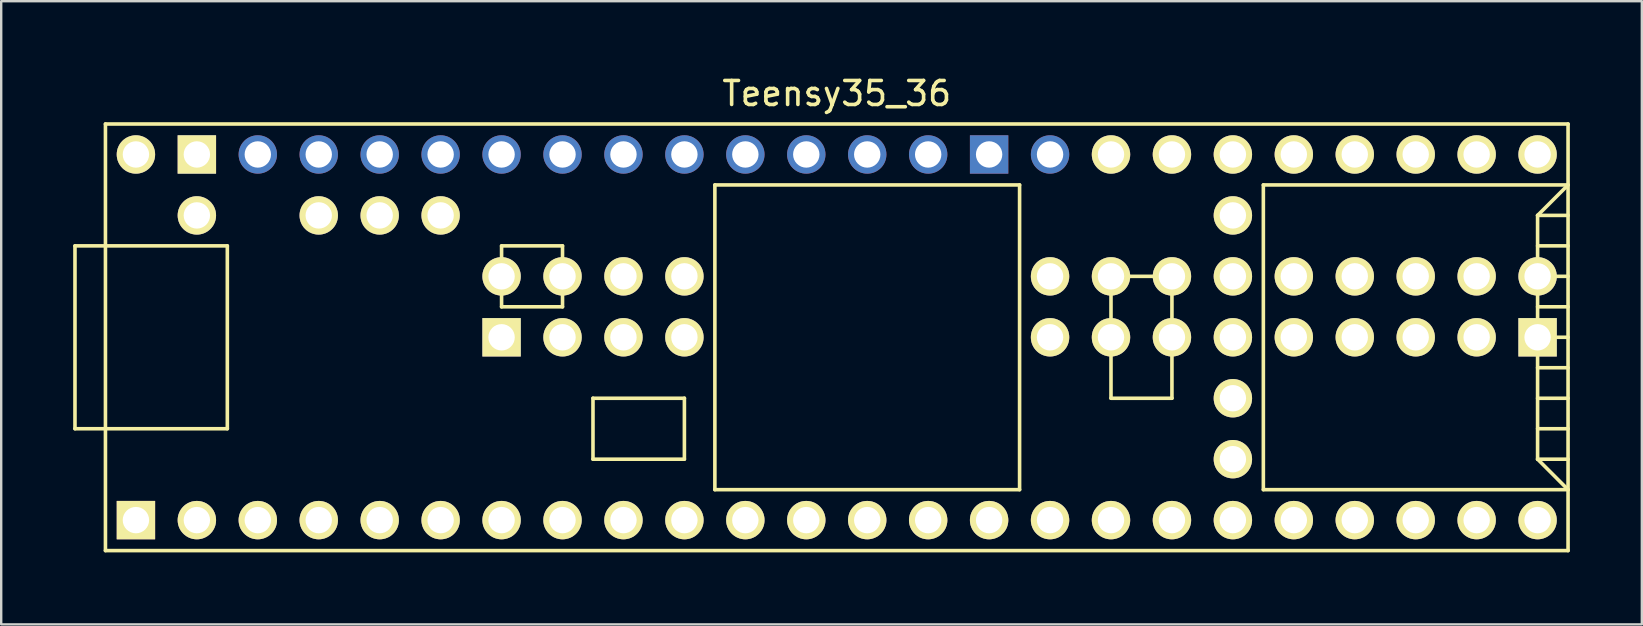
<source format=kicad_pcb>
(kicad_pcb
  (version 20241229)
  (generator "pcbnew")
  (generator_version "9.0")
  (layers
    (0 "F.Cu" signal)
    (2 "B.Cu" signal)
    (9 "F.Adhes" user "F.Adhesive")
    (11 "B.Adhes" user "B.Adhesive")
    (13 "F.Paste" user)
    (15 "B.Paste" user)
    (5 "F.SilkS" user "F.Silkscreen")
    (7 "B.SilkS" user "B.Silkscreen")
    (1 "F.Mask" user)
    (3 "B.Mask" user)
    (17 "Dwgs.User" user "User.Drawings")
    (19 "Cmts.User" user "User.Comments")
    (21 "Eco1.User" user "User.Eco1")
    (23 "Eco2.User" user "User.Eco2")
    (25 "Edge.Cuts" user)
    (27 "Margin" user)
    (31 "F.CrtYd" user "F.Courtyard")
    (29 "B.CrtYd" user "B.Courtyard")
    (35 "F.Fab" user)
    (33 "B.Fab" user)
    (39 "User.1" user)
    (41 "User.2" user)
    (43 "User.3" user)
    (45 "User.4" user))
  (footprint "Teensy35_36"
    (layer "F.Cu")
    (at 31.825 11.008)
    (property "Reference" "Teensy35_36" (at 0 -10.16 0) (layer "F.SilkS") (effects (font (size 1 1) (thickness 0.15))))
    (attr through_hole)
    (fp_line (start -31.75 -3.81) (end -30.48 -3.81) (stroke (width 0.15) (type solid)) (layer "F.SilkS"))
    (fp_line (start -31.75 3.81) (end -31.75 -3.81) (stroke (width 0.15) (type solid)) (layer "F.SilkS"))
    (fp_line (start -30.48 3.81) (end -31.75 3.81) (stroke (width 0.15) (type solid)) (layer "F.SilkS"))
    (fp_line (start -30.48 8.89) (end -30.48 -8.89) (stroke (width 0.15) (type solid)) (layer "F.SilkS"))
    (fp_line (start -30.48 8.89) (end 30.48 8.89) (stroke (width 0.15) (type solid)) (layer "F.SilkS"))
    (fp_line (start -25.4 -3.81) (end -30.48 -3.81) (stroke (width 0.15) (type solid)) (layer "F.SilkS"))
    (fp_line (start -25.4 3.81) (end -30.48 3.81) (stroke (width 0.15) (type solid)) (layer "F.SilkS"))
    (fp_line (start -25.4 3.81) (end -25.4 -3.81) (stroke (width 0.15) (type solid)) (layer "F.SilkS"))
    (fp_line (start -13.97 -3.81) (end -13.97 -1.27) (stroke (width 0.15) (type solid)) (layer "F.SilkS"))
    (fp_line (start -13.97 -1.27) (end -11.43 -1.27) (stroke (width 0.15) (type solid)) (layer "F.SilkS"))
    (fp_line (start -11.43 -3.81) (end -13.97 -3.81) (stroke (width 0.15) (type solid)) (layer "F.SilkS"))
    (fp_line (start -11.43 -1.27) (end -11.43 -3.81) (stroke (width 0.15) (type solid)) (layer "F.SilkS"))
    (fp_line (start -10.16 2.54) (end -6.35 2.54) (stroke (width 0.15) (type solid)) (layer "F.SilkS"))
    (fp_line (start -10.16 5.08) (end -10.16 2.54) (stroke (width 0.15) (type solid)) (layer "F.SilkS"))
    (fp_line (start -6.35 2.54) (end -6.35 5.08) (stroke (width 0.15) (type solid)) (layer "F.SilkS"))
    (fp_line (start -6.35 5.08) (end -10.16 5.08) (stroke (width 0.15) (type solid)) (layer "F.SilkS"))
    (fp_line (start -5.08 -6.35) (end -5.08 6.35) (stroke (width 0.15) (type solid)) (layer "F.SilkS"))
    (fp_line (start -5.08 -6.35) (end 7.62 -6.35) (stroke (width 0.15) (type solid)) (layer "F.SilkS"))
    (fp_line (start -5.08 6.35) (end 7.62 6.35) (stroke (width 0.15) (type solid)) (layer "F.SilkS"))
    (fp_line (start 7.62 6.35) (end 7.62 -6.35) (stroke (width 0.15) (type solid)) (layer "F.SilkS"))
    (fp_line (start 11.43 -2.54) (end 13.97 -2.54) (stroke (width 0.15) (type solid)) (layer "F.SilkS"))
    (fp_line (start 11.43 2.54) (end 11.43 -2.54) (stroke (width 0.15) (type solid)) (layer "F.SilkS"))
    (fp_line (start 13.97 -2.54) (end 13.97 2.54) (stroke (width 0.15) (type solid)) (layer "F.SilkS"))
    (fp_line (start 13.97 2.54) (end 11.43 2.54) (stroke (width 0.15) (type solid)) (layer "F.SilkS"))
    (fp_line (start 17.78 -6.35) (end 17.78 6.35) (stroke (width 0.15) (type solid)) (layer "F.SilkS"))
    (fp_line (start 17.78 6.35) (end 30.48 6.35) (stroke (width 0.15) (type solid)) (layer "F.SilkS"))
    (fp_line (start 29.21 -5.08) (end 30.48 -6.35) (stroke (width 0.15) (type solid)) (layer "F.SilkS"))
    (fp_line (start 29.21 -5.08) (end 30.48 -5.08) (stroke (width 0.15) (type solid)) (layer "F.SilkS"))
    (fp_line (start 29.21 -3.81) (end 30.48 -3.81) (stroke (width 0.15) (type solid)) (layer "F.SilkS"))
    (fp_line (start 29.21 -2.54) (end 30.48 -2.54) (stroke (width 0.15) (type solid)) (layer "F.SilkS"))
    (fp_line (start 29.21 -1.27) (end 30.48 -1.27) (stroke (width 0.15) (type solid)) (layer "F.SilkS"))
    (fp_line (start 29.21 0) (end 30.48 0) (stroke (width 0.15) (type solid)) (layer "F.SilkS"))
    (fp_line (start 29.21 1.27) (end 30.48 1.27) (stroke (width 0.15) (type solid)) (layer "F.SilkS"))
    (fp_line (start 29.21 2.54) (end 30.48 2.54) (stroke (width 0.15) (type solid)) (layer "F.SilkS"))
    (fp_line (start 29.21 3.81) (end 30.48 3.81) (stroke (width 0.15) (type solid)) (layer "F.SilkS"))
    (fp_line (start 29.21 5.08) (end 29.21 -5.08) (stroke (width 0.15) (type solid)) (layer "F.SilkS"))
    (fp_line (start 29.21 5.08) (end 30.48 5.08) (stroke (width 0.15) (type solid)) (layer "F.SilkS"))
    (fp_line (start 30.48 -8.89) (end -30.48 -8.89) (stroke (width 0.15) (type solid)) (layer "F.SilkS"))
    (fp_line (start 30.48 -8.89) (end 30.48 8.89) (stroke (width 0.15) (type solid)) (layer "F.SilkS"))
    (fp_line (start 30.48 -6.35) (end 17.78 -6.35) (stroke (width 0.15) (type solid)) (layer "F.SilkS"))
    (fp_line (start 30.48 6.35) (end 29.21 5.08) (stroke (width 0.15) (type solid)) (layer "F.SilkS"))
    (pad "1" thru_hole rect (at -29.21 7.62) (size 1.6 1.6) (drill 1.1) (layers "*.Cu" "*.Mask" "F.SilkS"))
    (pad "2" thru_hole circle (at -26.67 7.62) (size 1.6 1.6) (drill 1.1) (layers "*.Cu" "*.Mask" "F.SilkS"))
    (pad "3" thru_hole circle (at -24.13 7.62) (size 1.6 1.6) (drill 1.1) (layers "*.Cu" "*.Mask" "F.SilkS"))
    (pad "4" thru_hole circle (at -21.59 7.62) (size 1.6 1.6) (drill 1.1) (layers "*.Cu" "*.Mask" "F.SilkS"))
    (pad "5" thru_hole circle (at -19.05 7.62) (size 1.6 1.6) (drill 1.1) (layers "*.Cu" "*.Mask" "F.SilkS"))
    (pad "6" thru_hole circle (at -16.51 7.62) (size 1.6 1.6) (drill 1.1) (layers "*.Cu" "*.Mask" "F.SilkS"))
    (pad "7" thru_hole circle (at -13.97 7.62) (size 1.6 1.6) (drill 1.1) (layers "*.Cu" "*.Mask" "F.SilkS"))
    (pad "8" thru_hole circle (at -11.43 7.62) (size 1.6 1.6) (drill 1.1) (layers "*.Cu" "*.Mask" "F.SilkS"))
    (pad "9" thru_hole circle (at -8.89 7.62) (size 1.6 1.6) (drill 1.1) (layers "*.Cu" "*.Mask" "F.SilkS"))
    (pad "10" thru_hole circle (at -6.35 7.62) (size 1.6 1.6) (drill 1.1) (layers "*.Cu" "*.Mask" "F.SilkS"))
    (pad "11" thru_hole circle (at -3.81 7.62) (size 1.6 1.6) (drill 1.1) (layers "*.Cu" "*.Mask" "F.SilkS"))
    (pad "12" thru_hole circle (at -1.27 7.62) (size 1.6 1.6) (drill 1.1) (layers "*.Cu" "*.Mask" "F.SilkS"))
    (pad "13" thru_hole circle (at 1.27 7.62) (size 1.6 1.6) (drill 1.1) (layers "*.Cu" "*.Mask" "F.SilkS"))
    (pad "14" thru_hole circle (at 3.81 7.62) (size 1.6 1.6) (drill 1.1) (layers "*.Cu" "*.Mask" "F.SilkS"))
    (pad "15" thru_hole circle (at 6.35 7.62) (size 1.6 1.6) (drill 1.1) (layers "*.Cu" "*.Mask" "F.SilkS"))
    (pad "16" thru_hole circle (at 8.89 7.62) (size 1.6 1.6) (drill 1.1) (layers "*.Cu" "*.Mask" "F.SilkS"))
    (pad "17" thru_hole circle (at 11.43 7.62) (size 1.6 1.6) (drill 1.1) (layers "*.Cu" "*.Mask" "F.SilkS"))
    (pad "18" thru_hole circle (at 13.97 7.62) (size 1.6 1.6) (drill 1.1) (layers "*.Cu" "*.Mask" "F.SilkS"))
    (pad "19" thru_hole circle (at 16.51 7.62) (size 1.6 1.6) (drill 1.1) (layers "*.Cu" "*.Mask" "F.SilkS"))
    (pad "20" thru_hole circle (at 19.05 7.62) (size 1.6 1.6) (drill 1.1) (layers "*.Cu" "*.Mask" "F.SilkS"))
    (pad "21" thru_hole circle (at 21.59 7.62) (size 1.6 1.6) (drill 1.1) (layers "*.Cu" "*.Mask" "F.SilkS"))
    (pad "22" thru_hole circle (at 24.13 7.62) (size 1.6 1.6) (drill 1.1) (layers "*.Cu" "*.Mask" "F.SilkS"))
    (pad "23" thru_hole circle (at 26.67 7.62) (size 1.6 1.6) (drill 1.1) (layers "*.Cu" "*.Mask" "F.SilkS"))
    (pad "24" thru_hole circle (at 29.21 7.62) (size 1.6 1.6) (drill 1.1) (layers "*.Cu" "*.Mask" "F.SilkS"))
    (pad "25" thru_hole circle (at 16.51 5.08) (size 1.6 1.6) (drill 1.1) (layers "*.Cu" "*.Mask" "F.SilkS"))
    (pad "26" thru_hole circle (at 16.51 2.54) (size 1.6 1.6) (drill 1.1) (layers "*.Cu" "*.Mask" "F.SilkS"))
    (pad "27" thru_hole circle (at 16.51 0) (size 1.6 1.6) (drill 1.1) (layers "*.Cu" "*.Mask" "F.SilkS"))
    (pad "28" thru_hole circle (at 16.51 -2.54) (size 1.6 1.6) (drill 1.1) (layers "*.Cu" "*.Mask" "F.SilkS"))
    (pad "29" thru_hole circle (at 16.51 -5.08) (size 1.6 1.6) (drill 1.1) (layers "*.Cu" "*.Mask" "F.SilkS"))
    (pad "30" thru_hole circle (at 29.21 -7.62) (size 1.6 1.6) (drill 1.1) (layers "*.Cu" "*.Mask" "F.SilkS"))
    (pad "31" thru_hole circle (at 26.67 -7.62) (size 1.6 1.6) (drill 1.1) (layers "*.Cu" "*.Mask" "F.SilkS"))
    (pad "32" thru_hole circle (at 24.13 -7.62) (size 1.6 1.6) (drill 1.1) (layers "*.Cu" "*.Mask" "F.SilkS"))
    (pad "33" thru_hole circle (at 21.59 -7.62) (size 1.6 1.6) (drill 1.1) (layers "*.Cu" "*.Mask" "F.SilkS"))
    (pad "34" thru_hole circle (at 19.05 -7.62) (size 1.6 1.6) (drill 1.1) (layers "*.Cu" "*.Mask" "F.SilkS"))
    (pad "35" thru_hole circle (at 16.51 -7.62) (size 1.6 1.6) (drill 1.1) (layers "*.Cu" "*.Mask" "F.SilkS"))
    (pad "36" thru_hole circle (at 13.97 -7.62) (size 1.6 1.6) (drill 1.1) (layers "*.Cu" "*.Mask" "F.SilkS"))
    (pad "37" thru_hole circle (at 11.43 -7.62) (size 1.6 1.6) (drill 1.1) (layers "*.Cu" "*.Mask" "F.SilkS"))
    (pad "38" thru_hole circle (at 8.89 -7.62) (size 1.6 1.6) (drill 1.1) (layers "*.Cu" "*.Mask"))
    (pad "39" thru_hole rect (at 6.35 -7.62) (size 1.6 1.6) (drill 1.1) (layers "*.Cu" "*.Mask"))
    (pad "40" thru_hole circle (at 3.81 -7.62) (size 1.6 1.6) (drill 1.1) (layers "*.Cu" "*.Mask"))
    (pad "41" thru_hole circle (at 1.27 -7.62) (size 1.6 1.6) (drill 1.1) (layers "*.Cu" "*.Mask"))
    (pad "42" thru_hole circle (at -1.27 -7.62) (size 1.6 1.6) (drill 1.1) (layers "*.Cu" "*.Mask"))
    (pad "43" thru_hole circle (at -3.81 -7.62) (size 1.6 1.6) (drill 1.1) (layers "*.Cu" "*.Mask"))
    (pad "44" thru_hole circle (at -6.35 -7.62) (size 1.6 1.6) (drill 1.1) (layers "*.Cu" "*.Mask"))
    (pad "45" thru_hole circle (at -8.89 -7.62) (size 1.6 1.6) (drill 1.1) (layers "*.Cu" "*.Mask"))
    (pad "46" thru_hole circle (at -11.43 -7.62) (size 1.6 1.6) (drill 1.1) (layers "*.Cu" "*.Mask"))
    (pad "47" thru_hole circle (at -13.97 -7.62) (size 1.6 1.6) (drill 1.1) (layers "*.Cu" "*.Mask"))
    (pad "48" thru_hole circle (at -16.51 -7.62) (size 1.6 1.6) (drill 1.1) (layers "*.Cu" "*.Mask"))
    (pad "49" thru_hole circle (at -19.05 -7.62) (size 1.6 1.6) (drill 1.1) (layers "*.Cu" "*.Mask"))
    (pad "50" thru_hole circle (at -21.59 -7.62) (size 1.6 1.6) (drill 1.1) (layers "*.Cu" "*.Mask"))
    (pad "51" thru_hole circle (at -24.13 -7.62) (size 1.6 1.6) (drill 1.1) (layers "*.Cu" "*.Mask"))
    (pad "52" thru_hole rect (at -26.67 -7.62) (size 1.6 1.6) (drill 1.1) (layers "*.Cu" "*.Mask" "F.SilkS"))
    (pad "53" thru_hole circle (at -29.21 -7.62) (size 1.6 1.6) (drill 1.1) (layers "*.Cu" "*.Mask" "F.SilkS"))
    (pad "54" thru_hole circle (at -26.67 -5.08) (size 1.6 1.6) (drill 1.1) (layers "*.Cu" "*.Mask" "F.SilkS"))
    (pad "55" thru_hole circle (at -21.59 -5.08) (size 1.6 1.6) (drill 1.1) (layers "*.Cu" "*.Mask" "F.SilkS"))
    (pad "56" thru_hole circle (at -19.05 -5.08) (size 1.6 1.6) (drill 1.1) (layers "*.Cu" "*.Mask" "F.SilkS"))
    (pad "57" thru_hole circle (at -16.51 -5.08) (size 1.6 1.6) (drill 1.1) (layers "*.Cu" "*.Mask" "F.SilkS"))
    (pad "63" thru_hole rect (at -13.97 0) (size 1.6 1.6) (drill 1.1) (layers "*.Cu" "*.Mask" "F.SilkS"))
    (pad "64" thru_hole circle (at -11.43 0) (size 1.6 1.6) (drill 1.1) (layers "*.Cu" "*.Mask" "F.SilkS"))
    (pad "65" thru_hole circle (at -8.89 0) (size 1.6 1.6) (drill 1.1) (layers "*.Cu" "*.Mask" "F.SilkS"))
    (pad "66" thru_hole circle (at -6.35 0) (size 1.6 1.6) (drill 1.1) (layers "*.Cu" "*.Mask" "F.SilkS"))
    (pad "67" thru_hole circle (at 8.89 0) (size 1.6 1.6) (drill 1.1) (layers "*.Cu" "*.Mask" "F.SilkS"))
    (pad "68" thru_hole circle (at 11.43 0) (size 1.6 1.6) (drill 1.1) (layers "*.Cu" "*.Mask" "F.SilkS"))
    (pad "69" thru_hole circle (at 13.97 0) (size 1.6 1.6) (drill 1.1) (layers "*.Cu" "*.Mask" "F.SilkS"))
    (pad "70" thru_hole circle (at 19.05 0) (size 1.6 1.6) (drill 1.1) (layers "*.Cu" "*.Mask" "F.SilkS"))
    (pad "71" thru_hole circle (at 21.59 0) (size 1.6 1.6) (drill 1.1) (layers "*.Cu" "*.Mask" "F.SilkS"))
    (pad "72" thru_hole circle (at 24.13 0) (size 1.6 1.6) (drill 1.1) (layers "*.Cu" "*.Mask" "F.SilkS"))
    (pad "73" thru_hole circle (at 26.67 0) (size 1.6 1.6) (drill 1.1) (layers "*.Cu" "*.Mask" "F.SilkS"))
    (pad "74" thru_hole rect (at 29.21 0) (size 1.6 1.6) (drill 1.1) (layers "*.Cu" "*.Mask" "F.SilkS"))
    (pad "75" thru_hole circle (at 29.21 -2.54) (size 1.6 1.6) (drill 1.1) (layers "*.Cu" "*.Mask" "F.SilkS"))
    (pad "76" thru_hole circle (at 26.67 -2.54) (size 1.6 1.6) (drill 1.1) (layers "*.Cu" "*.Mask" "F.SilkS"))
    (pad "77" thru_hole circle (at 24.13 -2.54) (size 1.6 1.6) (drill 1.1) (layers "*.Cu" "*.Mask" "F.SilkS"))
    (pad "78" thru_hole circle (at 21.59 -2.54) (size 1.6 1.6) (drill 1.1) (layers "*.Cu" "*.Mask" "F.SilkS"))
    (pad "79" thru_hole circle (at 19.05 -2.54) (size 1.6 1.6) (drill 1.1) (layers "*.Cu" "*.Mask" "F.SilkS"))
    (pad "80" thru_hole circle (at 13.97 -2.54) (size 1.6 1.6) (drill 1.1) (layers "*.Cu" "*.Mask" "F.SilkS"))
    (pad "81" thru_hole circle (at 11.43 -2.54) (size 1.6 1.6) (drill 1.1) (layers "*.Cu" "*.Mask" "F.SilkS"))
    (pad "82" thru_hole circle (at 8.89 -2.54) (size 1.6 1.6) (drill 1.1) (layers "*.Cu" "*.Mask" "F.SilkS"))
    (pad "83" thru_hole circle (at -6.35 -2.54) (size 1.6 1.6) (drill 1.1) (layers "*.Cu" "*.Mask" "F.SilkS"))
    (pad "84" thru_hole circle (at -8.89 -2.54) (size 1.6 1.6) (drill 1.1) (layers "*.Cu" "*.Mask" "F.SilkS"))
    (pad "85" thru_hole circle (at -11.43 -2.54) (size 1.6 1.6) (drill 1.1) (layers "*.Cu" "*.Mask" "F.SilkS"))
    (pad "86" thru_hole circle (at -13.97 -2.54) (size 1.6 1.6) (drill 1.1) (layers "*.Cu" "*.Mask" "F.SilkS")))
  (gr_rect
    (start -3 -3)
    (end 65.38 22.973)
    (stroke (width 0.1) (type default))
    (fill no)
    (layer "Edge.Cuts")))
</source>
